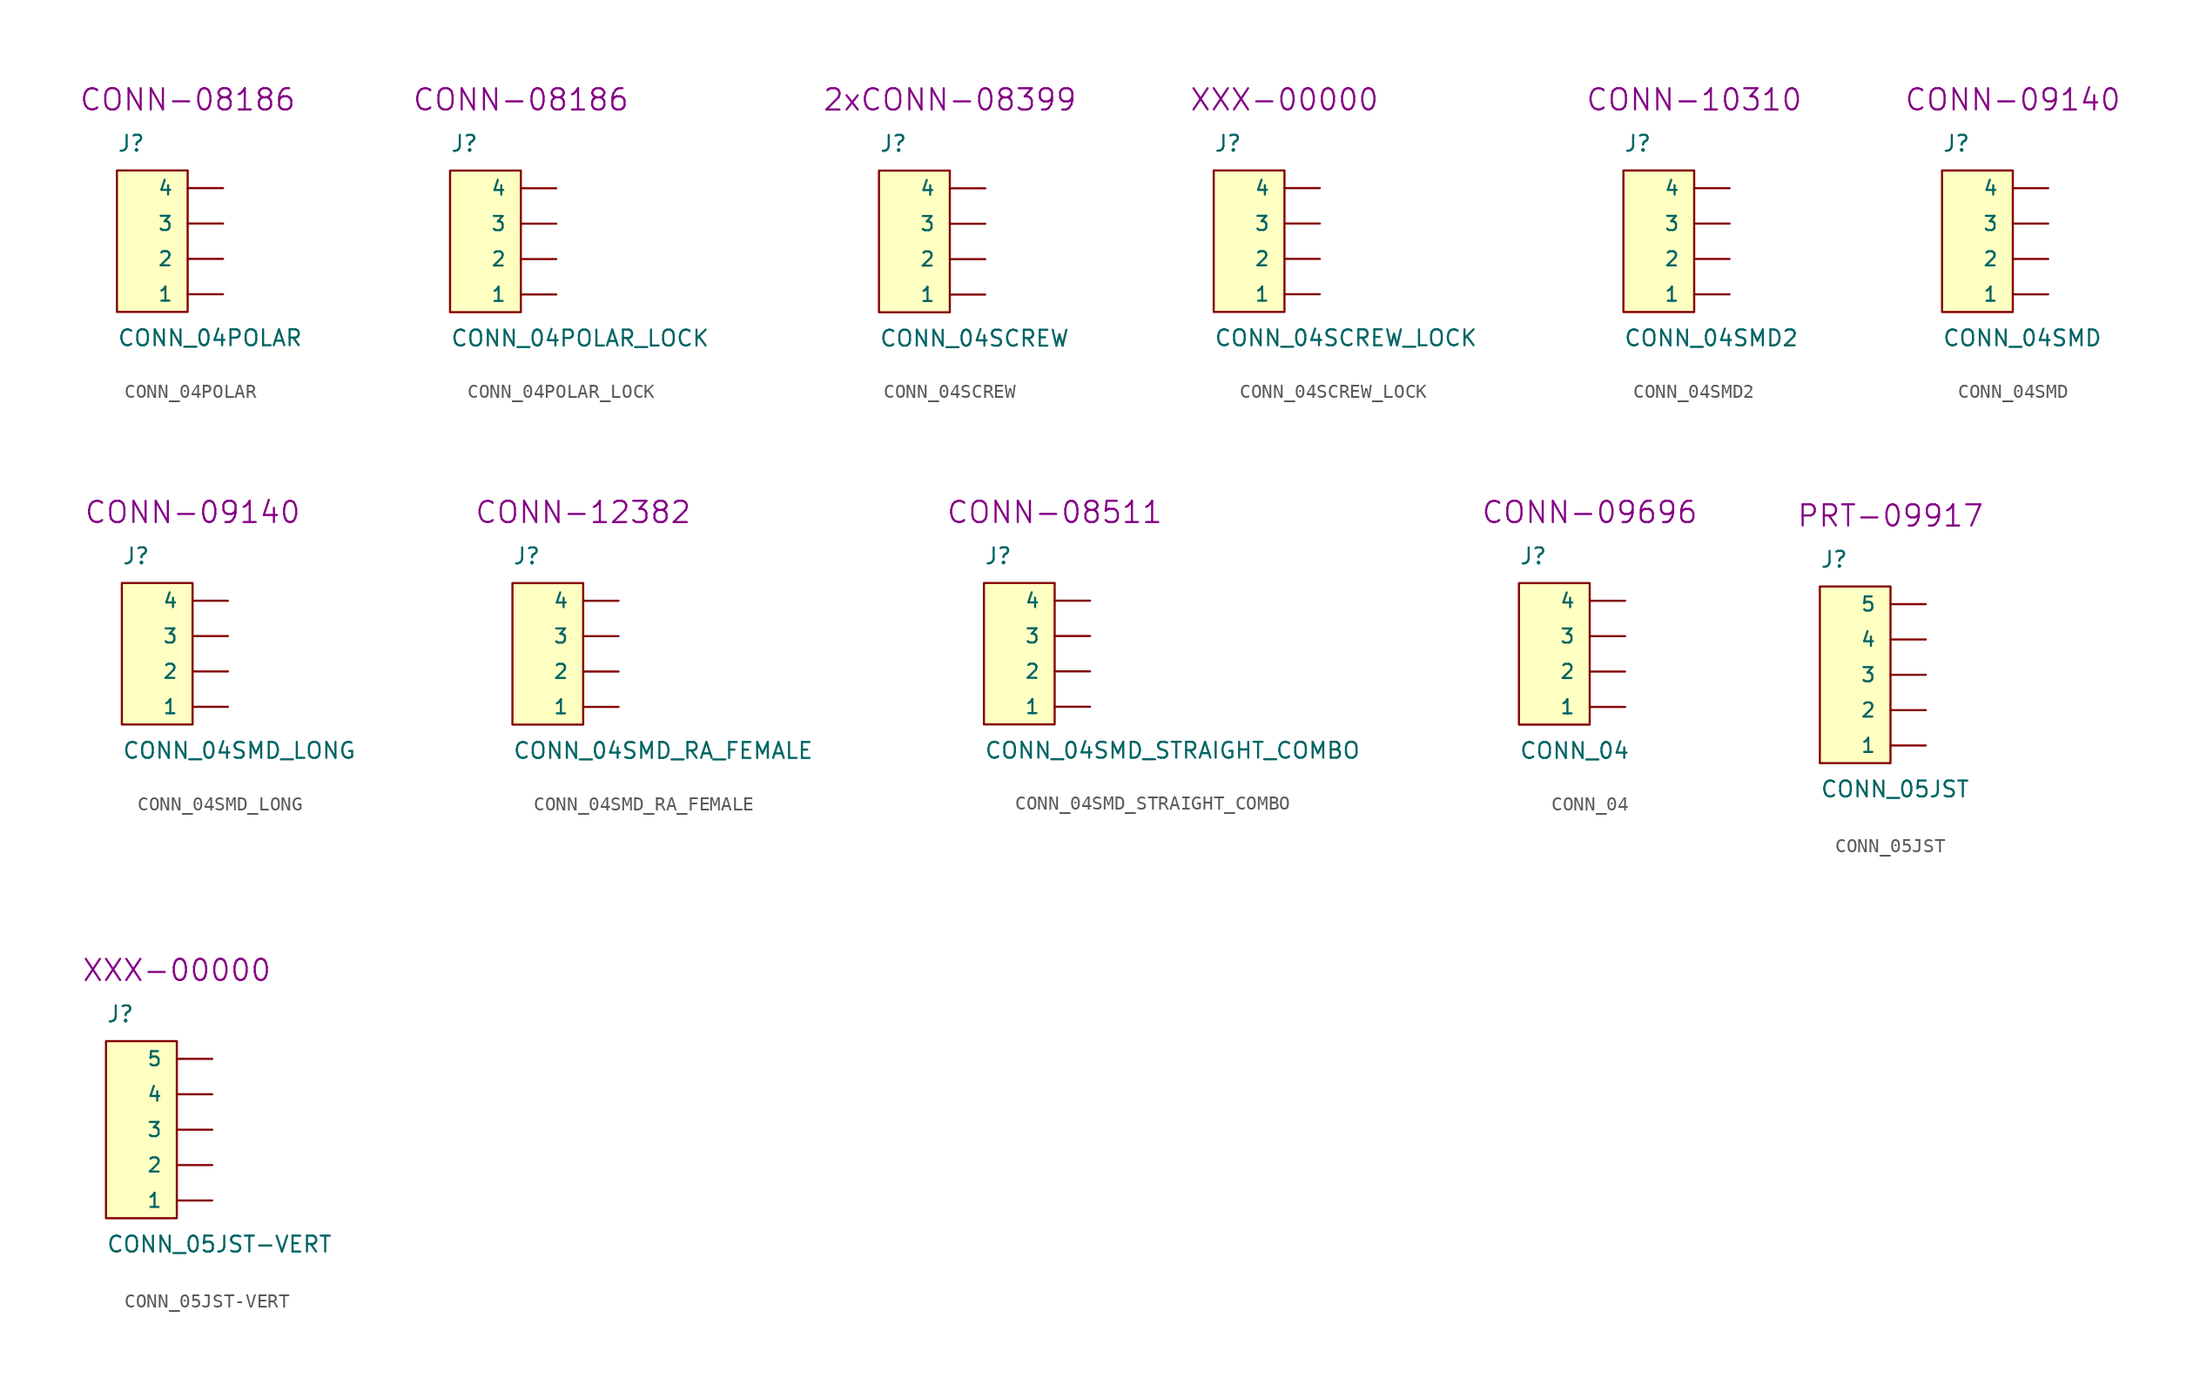
<source format=kicad_sym>
(kicad_symbol_lib
  (version 20201005)
  (generator kicad_symbol_editor)
  (symbol "CONN_04POLAR"
    (pin_numbers hide)
    (pin_names
      (offset 1.016))
    (property "Reference" "J"
      (at -5.08 10.16 0)
      (effects (font (size 1.143 1.143)) (justify left bottom)))
    (property "Value" "CONN_04POLAR"
      (at -5.08 -3.81 0)
      (effects (font (size 1.143 1.143)) (justify left bottom)))
    (property "Field4" "CONN-08186"
      (at 0 13.97 0)
      (effects (font (size 1.524 1.524))))
    (property "ki_locked" ""
      (at 0 0 0)
      (effects (font (size 1.27 1.27))))
    (symbol "CONN_04POLAR_0_1"
      (rectangle (start 0 -1.27) (end -5.08 8.89) (stroke (width 0)) (fill (type background))))
    (symbol "CONN_04POLAR_1_1"
      (pin passive line (at 2.54 0 180) (length 2.54) (name "1" (effects (font (size 1.016 1.016)))) (number "1" (effects (font (size 1.016 1.016)))))
      (pin passive line (at 2.54 2.54 180) (length 2.54) (name "2" (effects (font (size 1.016 1.016)))) (number "2" (effects (font (size 1.016 1.016)))))
      (pin passive line (at 2.54 5.08 180) (length 2.54) (name "3" (effects (font (size 1.016 1.016)))) (number "3" (effects (font (size 1.016 1.016)))))
      (pin passive line (at 2.54 7.62 180) (length 2.54) (name "4" (effects (font (size 1.016 1.016)))) (number "4" (effects (font (size 1.016 1.016)))))))
  (symbol "CONN_04POLAR_LOCK"
    (pin_numbers hide)
    (pin_names
      (offset 1.016))
    (property "Reference" "J"
      (at -5.08 10.16 0)
      (effects (font (size 1.143 1.143)) (justify left bottom)))
    (property "Value" "CONN_04POLAR_LOCK"
      (at -5.08 -3.81 0)
      (effects (font (size 1.143 1.143)) (justify left bottom)))
    (property "Field4" "CONN-08186"
      (at 0 13.97 0)
      (effects (font (size 1.524 1.524))))
    (property "ki_locked" ""
      (at 0 0 0)
      (effects (font (size 1.27 1.27))))
    (symbol "CONN_04POLAR_LOCK_0_1"
      (rectangle (start 0 -1.27) (end -5.08 8.89) (stroke (width 0)) (fill (type background))))
    (symbol "CONN_04POLAR_LOCK_1_1"
      (pin passive line (at 2.54 0 180) (length 2.54) (name "1" (effects (font (size 1.016 1.016)))) (number "1" (effects (font (size 1.016 1.016)))))
      (pin passive line (at 2.54 2.54 180) (length 2.54) (name "2" (effects (font (size 1.016 1.016)))) (number "2" (effects (font (size 1.016 1.016)))))
      (pin passive line (at 2.54 5.08 180) (length 2.54) (name "3" (effects (font (size 1.016 1.016)))) (number "3" (effects (font (size 1.016 1.016)))))
      (pin passive line (at 2.54 7.62 180) (length 2.54) (name "4" (effects (font (size 1.016 1.016)))) (number "4" (effects (font (size 1.016 1.016)))))))
  (symbol "CONN_04SCREW"
    (pin_numbers hide)
    (pin_names
      (offset 1.016))
    (property "Reference" "J"
      (at -5.08 10.16 0)
      (effects (font (size 1.143 1.143)) (justify left bottom)))
    (property "Value" "CONN_04SCREW"
      (at -5.08 -3.81 0)
      (effects (font (size 1.143 1.143)) (justify left bottom)))
    (property "Field4" "2xCONN-08399"
      (at 0 13.97 0)
      (effects (font (size 1.524 1.524))))
    (property "ki_locked" ""
      (at 0 0 0)
      (effects (font (size 1.27 1.27))))
    (symbol "CONN_04SCREW_0_1"
      (rectangle (start 0 -1.27) (end -5.08 8.89) (stroke (width 0)) (fill (type background))))
    (symbol "CONN_04SCREW_1_1"
      (pin passive line (at 2.54 0 180) (length 2.54) (name "1" (effects (font (size 1.016 1.016)))) (number "1" (effects (font (size 1.016 1.016)))))
      (pin passive line (at 2.54 2.54 180) (length 2.54) (name "2" (effects (font (size 1.016 1.016)))) (number "2" (effects (font (size 1.016 1.016)))))
      (pin passive line (at 2.54 5.08 180) (length 2.54) (name "3" (effects (font (size 1.016 1.016)))) (number "3" (effects (font (size 1.016 1.016)))))
      (pin passive line (at 2.54 7.62 180) (length 2.54) (name "4" (effects (font (size 1.016 1.016)))) (number "4" (effects (font (size 1.016 1.016)))))))
  (symbol "CONN_04SCREW_LOCK"
    (pin_numbers hide)
    (pin_names
      (offset 1.016))
    (property "Reference" "J"
      (at -5.08 10.16 0)
      (effects (font (size 1.143 1.143)) (justify left bottom)))
    (property "Value" "CONN_04SCREW_LOCK"
      (at -5.08 -3.81 0)
      (effects (font (size 1.143 1.143)) (justify left bottom)))
    (property "Field4" "XXX-00000"
      (at 0 13.97 0)
      (effects (font (size 1.524 1.524))))
    (property "ki_locked" ""
      (at 0 0 0)
      (effects (font (size 1.27 1.27))))
    (symbol "CONN_04SCREW_LOCK_0_1"
      (rectangle (start 0 -1.27) (end -5.08 8.89) (stroke (width 0)) (fill (type background))))
    (symbol "CONN_04SCREW_LOCK_1_1"
      (pin passive line (at 2.54 0 180) (length 2.54) (name "1" (effects (font (size 1.016 1.016)))) (number "1" (effects (font (size 1.016 1.016)))))
      (pin passive line (at 2.54 2.54 180) (length 2.54) (name "2" (effects (font (size 1.016 1.016)))) (number "2" (effects (font (size 1.016 1.016)))))
      (pin passive line (at 2.54 5.08 180) (length 2.54) (name "3" (effects (font (size 1.016 1.016)))) (number "3" (effects (font (size 1.016 1.016)))))
      (pin passive line (at 2.54 7.62 180) (length 2.54) (name "4" (effects (font (size 1.016 1.016)))) (number "4" (effects (font (size 1.016 1.016)))))))
  (symbol "CONN_04SMD2"
    (pin_numbers hide)
    (pin_names
      (offset 1.016))
    (property "Reference" "J"
      (at -5.08 10.16 0)
      (effects (font (size 1.143 1.143)) (justify left bottom)))
    (property "Value" "CONN_04SMD2"
      (at -5.08 -3.81 0)
      (effects (font (size 1.143 1.143)) (justify left bottom)))
    (property "Field4" "CONN-10310"
      (at 0 13.97 0)
      (effects (font (size 1.524 1.524))))
    (property "ki_locked" ""
      (at 0 0 0)
      (effects (font (size 1.27 1.27))))
    (symbol "CONN_04SMD2_0_1"
      (rectangle (start 0 -1.27) (end -5.08 8.89) (stroke (width 0)) (fill (type background))))
    (symbol "CONN_04SMD2_1_1"
      (pin passive line (at 2.54 0 180) (length 2.54) (name "1" (effects (font (size 1.016 1.016)))) (number "1" (effects (font (size 1.016 1.016)))))
      (pin passive line (at 2.54 2.54 180) (length 2.54) (name "2" (effects (font (size 1.016 1.016)))) (number "2" (effects (font (size 1.016 1.016)))))
      (pin passive line (at 2.54 5.08 180) (length 2.54) (name "3" (effects (font (size 1.016 1.016)))) (number "3" (effects (font (size 1.016 1.016)))))
      (pin passive line (at 2.54 7.62 180) (length 2.54) (name "4" (effects (font (size 1.016 1.016)))) (number "4" (effects (font (size 1.016 1.016)))))))
  (symbol "CONN_04SMD"
    (pin_numbers hide)
    (pin_names
      (offset 1.016))
    (property "Reference" "J"
      (at -5.08 10.16 0)
      (effects (font (size 1.143 1.143)) (justify left bottom)))
    (property "Value" "CONN_04SMD"
      (at -5.08 -3.81 0)
      (effects (font (size 1.143 1.143)) (justify left bottom)))
    (property "Field4" "CONN-09140"
      (at 0 13.97 0)
      (effects (font (size 1.524 1.524))))
    (property "ki_locked" ""
      (at 0 0 0)
      (effects (font (size 1.27 1.27))))
    (symbol "CONN_04SMD_0_1"
      (rectangle (start 0 -1.27) (end -5.08 8.89) (stroke (width 0)) (fill (type background))))
    (symbol "CONN_04SMD_1_1"
      (pin passive line (at 2.54 0 180) (length 2.54) (name "1" (effects (font (size 1.016 1.016)))) (number "1" (effects (font (size 1.016 1.016)))))
      (pin passive line (at 2.54 2.54 180) (length 2.54) (name "2" (effects (font (size 1.016 1.016)))) (number "2" (effects (font (size 1.016 1.016)))))
      (pin passive line (at 2.54 5.08 180) (length 2.54) (name "3" (effects (font (size 1.016 1.016)))) (number "3" (effects (font (size 1.016 1.016)))))
      (pin passive line (at 2.54 7.62 180) (length 2.54) (name "4" (effects (font (size 1.016 1.016)))) (number "4" (effects (font (size 1.016 1.016)))))))
  (symbol "CONN_04SMD_LONG"
    (pin_numbers hide)
    (pin_names
      (offset 1.016))
    (property "Reference" "J"
      (at -5.08 10.16 0)
      (effects (font (size 1.143 1.143)) (justify left bottom)))
    (property "Value" "CONN_04SMD_LONG"
      (at -5.08 -3.81 0)
      (effects (font (size 1.143 1.143)) (justify left bottom)))
    (property "Field4" "CONN-09140"
      (at 0 13.97 0)
      (effects (font (size 1.524 1.524))))
    (property "ki_locked" ""
      (at 0 0 0)
      (effects (font (size 1.27 1.27))))
    (symbol "CONN_04SMD_LONG_0_1"
      (rectangle (start 0 -1.27) (end -5.08 8.89) (stroke (width 0)) (fill (type background))))
    (symbol "CONN_04SMD_LONG_1_1"
      (pin passive line (at 2.54 0 180) (length 2.54) (name "1" (effects (font (size 1.016 1.016)))) (number "1" (effects (font (size 1.016 1.016)))))
      (pin passive line (at 2.54 2.54 180) (length 2.54) (name "2" (effects (font (size 1.016 1.016)))) (number "2" (effects (font (size 1.016 1.016)))))
      (pin passive line (at 2.54 5.08 180) (length 2.54) (name "3" (effects (font (size 1.016 1.016)))) (number "3" (effects (font (size 1.016 1.016)))))
      (pin passive line (at 2.54 7.62 180) (length 2.54) (name "4" (effects (font (size 1.016 1.016)))) (number "4" (effects (font (size 1.016 1.016)))))))
  (symbol "CONN_04SMD_RA_FEMALE"
    (pin_numbers hide)
    (pin_names
      (offset 1.016))
    (property "Reference" "J"
      (at -5.08 10.16 0)
      (effects (font (size 1.143 1.143)) (justify left bottom)))
    (property "Value" "CONN_04SMD_RA_FEMALE"
      (at -5.08 -3.81 0)
      (effects (font (size 1.143 1.143)) (justify left bottom)))
    (property "Field4" "CONN-12382"
      (at 0 13.97 0)
      (effects (font (size 1.524 1.524))))
    (property "ki_locked" ""
      (at 0 0 0)
      (effects (font (size 1.27 1.27))))
    (symbol "CONN_04SMD_RA_FEMALE_0_1"
      (rectangle (start 0 -1.27) (end -5.08 8.89) (stroke (width 0)) (fill (type background))))
    (symbol "CONN_04SMD_RA_FEMALE_1_1"
      (pin passive line (at 2.54 0 180) (length 2.54) (name "1" (effects (font (size 1.016 1.016)))) (number "1" (effects (font (size 1.016 1.016)))))
      (pin passive line (at 2.54 2.54 180) (length 2.54) (name "2" (effects (font (size 1.016 1.016)))) (number "2" (effects (font (size 1.016 1.016)))))
      (pin passive line (at 2.54 5.08 180) (length 2.54) (name "3" (effects (font (size 1.016 1.016)))) (number "3" (effects (font (size 1.016 1.016)))))
      (pin passive line (at 2.54 7.62 180) (length 2.54) (name "4" (effects (font (size 1.016 1.016)))) (number "4" (effects (font (size 1.016 1.016)))))))
  (symbol "CONN_04SMD_STRAIGHT_COMBO"
    (pin_numbers hide)
    (pin_names
      (offset 1.016))
    (property "Reference" "J"
      (at -5.08 10.16 0)
      (effects (font (size 1.143 1.143)) (justify left bottom)))
    (property "Value" "CONN_04SMD_STRAIGHT_COMBO"
      (at -5.08 -3.81 0)
      (effects (font (size 1.143 1.143)) (justify left bottom)))
    (property "Field4" "CONN-08511"
      (at 0 13.97 0)
      (effects (font (size 1.524 1.524))))
    (property "ki_locked" ""
      (at 0 0 0)
      (effects (font (size 1.27 1.27))))
    (symbol "CONN_04SMD_STRAIGHT_COMBO_0_1"
      (rectangle (start 0 -1.27) (end -5.08 8.89) (stroke (width 0)) (fill (type background))))
    (symbol "CONN_04SMD_STRAIGHT_COMBO_1_1"
      (pin passive line (at 2.54 0 180) (length 2.54) (name "1" (effects (font (size 1.016 1.016)))) (number "1" (effects (font (size 1.016 1.016)))))
      (pin passive line (at 2.54 2.54 180) (length 2.54) (name "2" (effects (font (size 1.016 1.016)))) (number "2" (effects (font (size 1.016 1.016)))))
      (pin passive line (at 2.54 5.08 180) (length 2.54) (name "3" (effects (font (size 1.016 1.016)))) (number "3" (effects (font (size 1.016 1.016)))))
      (pin passive line (at 2.54 7.62 180) (length 2.54) (name "4" (effects (font (size 1.016 1.016)))) (number "4" (effects (font (size 1.016 1.016)))))))
  (symbol "CONN_04"
    (pin_numbers hide)
    (pin_names
      (offset 1.016))
    (property "Reference" "J"
      (at -5.08 10.16 0)
      (effects (font (size 1.143 1.143)) (justify left bottom)))
    (property "Value" "CONN_04"
      (at -5.08 -3.81 0)
      (effects (font (size 1.143 1.143)) (justify left bottom)))
    (property "Field4" "CONN-09696"
      (at 0 13.97 0)
      (effects (font (size 1.524 1.524))))
    (property "ki_locked" ""
      (at 0 0 0)
      (effects (font (size 1.27 1.27))))
    (symbol "CONN_04_0_1"
      (rectangle (start 0 -1.27) (end -5.08 8.89) (stroke (width 0)) (fill (type background))))
    (symbol "CONN_04_1_1"
      (pin passive line (at 2.54 0 180) (length 2.54) (name "1" (effects (font (size 1.016 1.016)))) (number "1" (effects (font (size 1.016 1.016)))))
      (pin passive line (at 2.54 2.54 180) (length 2.54) (name "2" (effects (font (size 1.016 1.016)))) (number "2" (effects (font (size 1.016 1.016)))))
      (pin passive line (at 2.54 5.08 180) (length 2.54) (name "3" (effects (font (size 1.016 1.016)))) (number "3" (effects (font (size 1.016 1.016)))))
      (pin passive line (at 2.54 7.62 180) (length 2.54) (name "4" (effects (font (size 1.016 1.016)))) (number "4" (effects (font (size 1.016 1.016)))))))
  (symbol "CONN_05JST"
    (pin_numbers hide)
    (pin_names
      (offset 1.016))
    (property "Reference" "J"
      (at -5.08 12.7 0)
      (effects (font (size 1.143 1.143)) (justify left bottom)))
    (property "Value" "CONN_05JST"
      (at -5.08 -3.81 0)
      (effects (font (size 1.143 1.143)) (justify left bottom)))
    (property "Field4" "PRT-09917"
      (at 0 16.51 0)
      (effects (font (size 1.524 1.524))))
    (property "ki_locked" ""
      (at 0 0 0)
      (effects (font (size 1.27 1.27))))
    (symbol "CONN_05JST_0_1"
      (rectangle (start 0 -1.27) (end -5.08 11.43) (stroke (width 0)) (fill (type background))))
    (symbol "CONN_05JST_1_1"
      (pin passive line (at 2.54 0 180) (length 2.54) (name "1" (effects (font (size 1.016 1.016)))) (number "1" (effects (font (size 1.016 1.016)))))
      (pin passive line (at 2.54 2.54 180) (length 2.54) (name "2" (effects (font (size 1.016 1.016)))) (number "2" (effects (font (size 1.016 1.016)))))
      (pin passive line (at 2.54 5.08 180) (length 2.54) (name "3" (effects (font (size 1.016 1.016)))) (number "3" (effects (font (size 1.016 1.016)))))
      (pin passive line (at 2.54 7.62 180) (length 2.54) (name "4" (effects (font (size 1.016 1.016)))) (number "4" (effects (font (size 1.016 1.016)))))
      (pin passive line (at 2.54 10.16 180) (length 2.54) (name "5" (effects (font (size 1.016 1.016)))) (number "5" (effects (font (size 1.016 1.016)))))))
  (symbol "CONN_05JST-VERT"
    (pin_numbers hide)
    (pin_names
      (offset 1.016))
    (property "Reference" "J"
      (at -5.08 12.7 0)
      (effects (font (size 1.143 1.143)) (justify left bottom)))
    (property "Value" "CONN_05JST-VERT"
      (at -5.08 -3.81 0)
      (effects (font (size 1.143 1.143)) (justify left bottom)))
    (property "Field4" "XXX-00000"
      (at 0 16.51 0)
      (effects (font (size 1.524 1.524))))
    (property "ki_locked" ""
      (at 0 0 0)
      (effects (font (size 1.27 1.27))))
    (symbol "CONN_05JST-VERT_0_1"
      (rectangle (start 0 -1.27) (end -5.08 11.43) (stroke (width 0)) (fill (type background))))
    (symbol "CONN_05JST-VERT_1_1"
      (pin passive line (at 2.54 0 180) (length 2.54) (name "1" (effects (font (size 1.016 1.016)))) (number "1" (effects (font (size 1.016 1.016)))))
      (pin passive line (at 2.54 2.54 180) (length 2.54) (name "2" (effects (font (size 1.016 1.016)))) (number "2" (effects (font (size 1.016 1.016)))))
      (pin passive line (at 2.54 5.08 180) (length 2.54) (name "3" (effects (font (size 1.016 1.016)))) (number "3" (effects (font (size 1.016 1.016)))))
      (pin passive line (at 2.54 7.62 180) (length 2.54) (name "4" (effects (font (size 1.016 1.016)))) (number "4" (effects (font (size 1.016 1.016)))))
      (pin passive line (at 2.54 10.16 180) (length 2.54) (name "5" (effects (font (size 1.016 1.016)))) (number "5" (effects (font (size 1.016 1.016))))))))
</source>
